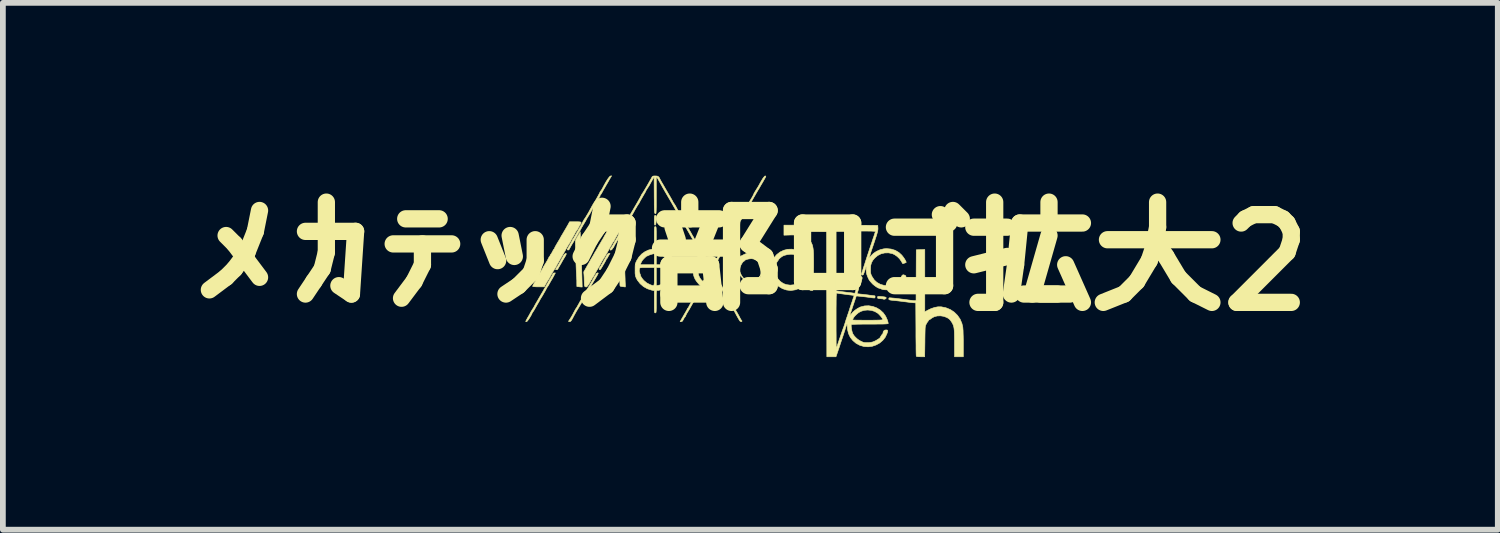
<source format=kicad_pcb>
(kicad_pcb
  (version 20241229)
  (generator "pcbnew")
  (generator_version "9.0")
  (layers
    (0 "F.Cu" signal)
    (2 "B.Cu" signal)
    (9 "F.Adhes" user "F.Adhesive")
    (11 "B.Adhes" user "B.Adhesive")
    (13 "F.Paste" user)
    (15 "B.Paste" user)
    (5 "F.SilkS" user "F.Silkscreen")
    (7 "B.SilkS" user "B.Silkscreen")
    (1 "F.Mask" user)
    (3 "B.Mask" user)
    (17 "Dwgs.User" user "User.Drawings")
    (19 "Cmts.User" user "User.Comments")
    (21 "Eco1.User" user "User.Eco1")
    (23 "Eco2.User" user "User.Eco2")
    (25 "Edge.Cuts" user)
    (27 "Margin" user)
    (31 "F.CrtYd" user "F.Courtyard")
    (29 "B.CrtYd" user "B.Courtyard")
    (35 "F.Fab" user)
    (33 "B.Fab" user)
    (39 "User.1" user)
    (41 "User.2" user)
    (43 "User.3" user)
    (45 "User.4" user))
  (footprint "メカテック部ロゴ拡大2"
    (layer "F.Cu")
    (at 9.986 1.514)
    (property "Reference" "メカテック部ロゴ拡大2" (at 0 0 0) (layer "F.SilkS") (effects (font (size 1.524 1.524) (thickness 0.3))))
    (attr through_hole)
    (fp_poly (pts (xy -2.67 -0.395) (xy -2.669 -0.385) (xy -2.67 -0.384) (xy -2.675 -0.385) (xy -2.675 -0.389) (xy -2.672 -0.396) (xy -2.67 -0.395)) (stroke (width 0.01) (type solid)) (fill yes) (layer "F.SilkS"))
    (fp_poly (pts (xy -0.071 0.3) (xy -0.052 0.306) (xy -0.037 0.31) (xy -0.022 0.317) (xy -0.017 0.323) (xy -0.019 0.328) (xy -0.026 0.329) (xy -0.044 0.324) (xy -0.057 0.32) (xy -0.076 0.312) (xy -0.085 0.304) (xy -0.085 0.303) (xy -0.078 0.298) (xy -0.071 0.3)) (stroke (width 0.01) (type solid)) (fill yes) (layer "F.SilkS"))
    (fp_poly (pts (xy -1.643 -0.82) (xy -1.638 -0.815) (xy -1.635 -0.803) (xy -1.635 -0.78) (xy -1.636 -0.744) (xy -1.636 -0.739) (xy -1.638 -0.695) (xy -1.643 -0.667) (xy -1.649 -0.654) (xy -1.659 -0.654) (xy -1.662 -0.657) (xy -1.665 -0.668) (xy -1.667 -0.691) (xy -1.668 -0.723) (xy -1.668 -0.742) (xy -1.668 -0.779) (xy -1.666 -0.802) (xy -1.664 -0.815) (xy -1.658 -0.82) (xy -1.651 -0.821) (xy -1.643 -0.82)) (stroke (width 0.01) (type solid)) (fill yes) (layer "F.SilkS"))
    (fp_poly (pts (xy 1.936 0.247) (xy 1.942 0.256) (xy 1.943 0.268) (xy 1.939 0.287) (xy 1.93 0.314) (xy 1.918 0.349) (xy 1.909 0.37) (xy 1.902 0.381) (xy 1.894 0.384) (xy 1.886 0.383) (xy 1.876 0.379) (xy 1.872 0.372) (xy 1.875 0.358) (xy 1.883 0.332) (xy 1.888 0.32) (xy 1.898 0.292) (xy 1.904 0.27) (xy 1.905 0.261) (xy 1.911 0.244) (xy 1.924 0.24) (xy 1.936 0.247)) (stroke (width 0.01) (type solid)) (fill yes) (layer "F.SilkS"))
    (fp_poly (pts (xy 2.251 0.586) (xy 2.272 0.588) (xy 2.314 0.592) (xy 2.341 0.596) (xy 2.355 0.602) (xy 2.361 0.611) (xy 2.36 0.617) (xy 2.351 0.627) (xy 2.334 0.634) (xy 2.317 0.635) (xy 2.311 0.632) (xy 2.301 0.629) (xy 2.279 0.627) (xy 2.258 0.625) (xy 2.231 0.623) (xy 2.216 0.619) (xy 2.211 0.612) (xy 2.21 0.603) (xy 2.211 0.593) (xy 2.215 0.587) (xy 2.228 0.585) (xy 2.251 0.586)) (stroke (width 0.01) (type solid)) (fill yes) (layer "F.SilkS"))
    (fp_poly (pts (xy -2.459 -0.127) (xy -2.472 -0.105) (xy -2.48 -0.089) (xy -2.481 -0.085) (xy -2.487 -0.076) (xy -2.489 -0.076) (xy -2.497 -0.069) (xy -2.503 -0.057) (xy -2.509 -0.043) (xy -2.522 -0.019) (xy -2.539 0.011) (xy -2.558 0.043) (xy -2.576 0.074) (xy -2.592 0.1) (xy -2.604 0.116) (xy -2.606 0.12) (xy -2.618 0.122) (xy -2.622 0.121) (xy -2.628 0.111) (xy -2.623 0.094) (xy -2.612 0.076) (xy -2.602 0.063) (xy -2.588 0.039) (xy -2.573 0.013) (xy -2.555 -0.02) (xy -2.537 -0.052) (xy -2.526 -0.072) (xy -2.51 -0.1) (xy -2.495 -0.128) (xy -2.492 -0.133) (xy -2.476 -0.155) (xy -2.458 -0.161) (xy -2.438 -0.161) (xy -2.459 -0.127)) (stroke (width 0.01) (type solid)) (fill yes) (layer "F.SilkS"))
    (fp_poly (pts (xy -3.199 -0.159) (xy -3.197 -0.154) (xy -3.201 -0.141) (xy -3.212 -0.119) (xy -3.231 -0.086) (xy -3.239 -0.074) (xy -3.257 -0.043) (xy -3.273 -0.015) (xy -3.284 0.005) (xy -3.285 0.007) (xy -3.295 0.024) (xy -3.309 0.048) (xy -3.324 0.073) (xy -3.337 0.096) (xy -3.346 0.112) (xy -3.349 0.117) (xy -3.357 0.12) (xy -3.368 0.122) (xy -3.381 0.122) (xy -3.381 0.112) (xy -3.381 0.112) (xy -3.371 0.092) (xy -3.365 0.085) (xy -3.355 0.07) (xy -3.342 0.047) (xy -3.332 0.03) (xy -3.313 -0.004) (xy -3.293 -0.04) (xy -3.285 -0.055) (xy -3.269 -0.082) (xy -3.257 -0.104) (xy -3.252 -0.114) (xy -3.233 -0.143) (xy -3.215 -0.159) (xy -3.206 -0.161) (xy -3.199 -0.159)) (stroke (width 0.01) (type solid)) (fill yes) (layer "F.SilkS"))
    (fp_poly (pts (xy -2.208 -0.531) (xy -2.205 -0.512) (xy -2.203 -0.484) (xy -2.203 -0.48) (xy -2.202 -0.453) (xy -2.201 -0.413) (xy -2.199 -0.363) (xy -2.196 -0.307) (xy -2.194 -0.247) (xy -2.193 -0.224) (xy -2.19 -0.152) (xy -2.187 -0.07) (xy -2.184 0.014) (xy -2.182 0.095) (xy -2.18 0.161) (xy -2.178 0.218) (xy -2.176 0.272) (xy -2.175 0.319) (xy -2.173 0.357) (xy -2.172 0.382) (xy -2.171 0.387) (xy -2.171 0.409) (xy -2.173 0.421) (xy -2.174 0.422) (xy -2.185 0.42) (xy -2.208 0.417) (xy -2.223 0.416) (xy -2.248 0.412) (xy -2.26 0.407) (xy -2.265 0.396) (xy -2.266 0.381) (xy -2.266 0.362) (xy -2.268 0.33) (xy -2.269 0.289) (xy -2.271 0.243) (xy -2.272 0.233) (xy -2.276 0.138) (xy -2.28 0.03) (xy -2.285 -0.091) (xy -2.289 -0.222) (xy -2.29 -0.265) (xy -2.294 -0.382) (xy -2.256 -0.45) (xy -2.24 -0.481) (xy -2.227 -0.506) (xy -2.219 -0.522) (xy -2.218 -0.525) (xy -2.212 -0.536) (xy -2.212 -0.537) (xy -2.208 -0.531)) (stroke (width 0.01) (type solid)) (fill yes) (layer "F.SilkS"))
    (fp_poly (pts (xy -2.955 -0.516) (xy -2.954 -0.498) (xy -2.953 -0.468) (xy -2.951 -0.434) (xy -2.951 -0.432) (xy -2.948 -0.382) (xy -2.946 -0.332) (xy -2.943 -0.281) (xy -2.941 -0.225) (xy -2.939 -0.163) (xy -2.936 -0.094) (xy -2.934 -0.015) (xy -2.931 0.075) (xy -2.928 0.178) (xy -2.925 0.282) (xy -2.921 0.423) (xy -2.94 0.422) (xy -2.962 0.42) (xy -2.987 0.417) (xy -3.014 0.414) (xy -3.015 0.344) (xy -3.015 0.308) (xy -3.017 0.276) (xy -3.018 0.253) (xy -3.018 0.25) (xy -3.02 0.233) (xy -3.021 0.202) (xy -3.023 0.162) (xy -3.025 0.116) (xy -3.026 0.089) (xy -3.03 -0.012) (xy -3.033 -0.098) (xy -3.035 -0.169) (xy -3.037 -0.227) (xy -3.038 -0.274) (xy -3.039 -0.312) (xy -3.039 -0.34) (xy -3.039 -0.361) (xy -3.038 -0.377) (xy -3.037 -0.387) (xy -3.035 -0.395) (xy -3.032 -0.401) (xy -3.029 -0.407) (xy -3.026 -0.413) (xy -3.011 -0.44) (xy -2.995 -0.467) (xy -2.993 -0.47) (xy -2.978 -0.494) (xy -2.966 -0.516) (xy -2.966 -0.516) (xy -2.956 -0.538) (xy -2.955 -0.516)) (stroke (width 0.01) (type solid)) (fill yes) (layer "F.SilkS"))
    (fp_poly (pts (xy -2.642 0.182) (xy -2.646 0.191) (xy -2.656 0.212) (xy -2.672 0.24) (xy -2.69 0.271) (xy -2.708 0.302) (xy -2.725 0.329) (xy -2.725 0.33) (xy -2.742 0.358) (xy -2.763 0.395) (xy -2.785 0.435) (xy -2.796 0.457) (xy -2.814 0.49) (xy -2.829 0.518) (xy -2.84 0.536) (xy -2.844 0.542) (xy -2.854 0.554) (xy -2.869 0.579) (xy -2.89 0.616) (xy -2.915 0.663) (xy -2.916 0.665) (xy -2.937 0.704) (xy -2.962 0.746) (xy -2.982 0.779) (xy -3.022 0.845) (xy -3.06 0.913) (xy -3.091 0.972) (xy -3.108 1.001) (xy -3.121 1.017) (xy -3.133 1.024) (xy -3.139 1.024) (xy -3.154 1.023) (xy -3.158 1.02) (xy -3.154 1.01) (xy -3.143 0.994) (xy -3.142 0.992) (xy -3.118 0.955) (xy -3.092 0.911) (xy -3.062 0.854) (xy -3.06 0.851) (xy -3.045 0.822) (xy -3.032 0.8) (xy -3.024 0.788) (xy -3.023 0.787) (xy -3.016 0.778) (xy -3.005 0.758) (xy -2.99 0.731) (xy -2.988 0.728) (xy -2.973 0.701) (xy -2.962 0.68) (xy -2.955 0.669) (xy -2.955 0.669) (xy -2.949 0.659) (xy -2.938 0.64) (xy -2.933 0.631) (xy -2.923 0.613) (xy -2.906 0.583) (xy -2.883 0.545) (xy -2.858 0.501) (xy -2.832 0.457) (xy -2.804 0.41) (xy -2.778 0.365) (xy -2.755 0.326) (xy -2.737 0.294) (xy -2.727 0.276) (xy -2.713 0.25) (xy -2.701 0.23) (xy -2.695 0.223) (xy -2.684 0.205) (xy -2.68 0.195) (xy -2.671 0.185) (xy -2.658 0.178) (xy -2.646 0.177) (xy -2.642 0.182)) (stroke (width 0.01) (type solid)) (fill yes) (layer "F.SilkS"))
    (fp_poly (pts (xy -3.417 0.235) (xy -3.433 0.264) (xy -3.446 0.287) (xy -3.454 0.3) (xy -3.455 0.301) (xy -3.462 0.312) (xy -3.474 0.334) (xy -3.489 0.36) (xy -3.503 0.386) (xy -3.515 0.406) (xy -3.522 0.415) (xy -3.529 0.425) (xy -3.537 0.44) (xy -3.547 0.459) (xy -3.561 0.486) (xy -3.574 0.508) (xy -3.59 0.535) (xy -3.603 0.559) (xy -3.61 0.571) (xy -3.621 0.589) (xy -3.636 0.613) (xy -3.643 0.624) (xy -3.656 0.646) (xy -3.665 0.661) (xy -3.666 0.665) (xy -3.67 0.674) (xy -3.681 0.692) (xy -3.686 0.701) (xy -3.7 0.724) (xy -3.718 0.756) (xy -3.737 0.789) (xy -3.738 0.792) (xy -3.754 0.82) (xy -3.768 0.842) (xy -3.776 0.854) (xy -3.777 0.855) (xy -3.785 0.866) (xy -3.791 0.877) (xy -3.803 0.904) (xy -3.82 0.934) (xy -3.839 0.965) (xy -3.858 0.993) (xy -3.874 1.014) (xy -3.886 1.024) (xy -3.888 1.024) (xy -3.901 1.023) (xy -3.903 1.022) (xy -3.899 1.012) (xy -3.888 0.991) (xy -3.872 0.961) (xy -3.857 0.936) (xy -3.841 0.908) (xy -3.823 0.875) (xy -3.815 0.859) (xy -3.8 0.834) (xy -3.787 0.813) (xy -3.781 0.804) (xy -3.77 0.787) (xy -3.76 0.77) (xy -3.749 0.749) (xy -3.731 0.716) (xy -3.705 0.672) (xy -3.672 0.615) (xy -3.645 0.568) (xy -3.623 0.53) (xy -3.602 0.495) (xy -3.586 0.466) (xy -3.576 0.45) (xy -3.56 0.421) (xy -3.543 0.391) (xy -3.541 0.387) (xy -3.524 0.358) (xy -3.506 0.327) (xy -3.504 0.324) (xy -3.49 0.299) (xy -3.472 0.268) (xy -3.458 0.244) (xy -3.443 0.219) (xy -3.433 0.198) (xy -3.429 0.187) (xy -3.422 0.18) (xy -3.408 0.178) (xy -3.387 0.178) (xy -3.417 0.235)) (stroke (width 0.01) (type solid)) (fill yes) (layer "F.SilkS"))
    (fp_poly (pts (xy -2.249 -0.711) (xy -2.216 -0.71) (xy -2.193 -0.709) (xy -2.184 -0.707) (xy -2.184 -0.707) (xy -2.189 -0.697) (xy -2.2 -0.675) (xy -2.219 -0.642) (xy -2.243 -0.599) (xy -2.272 -0.549) (xy -2.305 -0.492) (xy -2.313 -0.479) (xy -2.332 -0.446) (xy -2.348 -0.417) (xy -2.359 -0.397) (xy -2.362 -0.389) (xy -2.367 -0.378) (xy -2.373 -0.371) (xy -2.384 -0.357) (xy -2.398 -0.335) (xy -2.401 -0.33) (xy -2.416 -0.301) (xy -2.436 -0.267) (xy -2.457 -0.229) (xy -2.477 -0.192) (xy -2.496 -0.16) (xy -2.51 -0.135) (xy -2.517 -0.123) (xy -2.541 -0.084) (xy -2.559 -0.055) (xy -2.573 -0.031) (xy -2.585 -0.009) (xy -2.599 0.016) (xy -2.613 0.042) (xy -2.629 0.071) (xy -2.645 0.097) (xy -2.65 0.106) (xy -2.669 0.137) (xy -2.692 0.179) (xy -2.714 0.22) (xy -2.727 0.242) (xy -2.739 0.259) (xy -2.741 0.261) (xy -2.75 0.277) (xy -2.752 0.284) (xy -2.756 0.295) (xy -2.76 0.296) (xy -2.768 0.303) (xy -2.773 0.315) (xy -2.782 0.334) (xy -2.796 0.358) (xy -2.813 0.384) (xy -2.829 0.405) (xy -2.84 0.417) (xy -2.85 0.422) (xy -2.862 0.42) (xy -2.871 0.416) (xy -2.877 0.411) (xy -2.881 0.4) (xy -2.884 0.379) (xy -2.885 0.347) (xy -2.886 0.305) (xy -2.887 0.262) (xy -2.889 0.225) (xy -2.891 0.196) (xy -2.893 0.18) (xy -2.893 0.18) (xy -2.893 0.16) (xy -2.889 0.15) (xy -2.881 0.137) (xy -2.868 0.115) (xy -2.856 0.093) (xy -2.838 0.061) (xy -2.816 0.023) (xy -2.798 -0.008) (xy -2.78 -0.041) (xy -2.762 -0.072) (xy -2.748 -0.095) (xy -2.725 -0.135) (xy -2.7 -0.18) (xy -2.672 -0.226) (xy -2.645 -0.272) (xy -2.621 -0.315) (xy -2.599 -0.351) (xy -2.583 -0.379) (xy -2.573 -0.395) (xy -2.572 -0.396) (xy -2.559 -0.419) (xy -2.549 -0.436) (xy -2.542 -0.45) (xy -2.528 -0.475) (xy -2.509 -0.507) (xy -2.49 -0.54) (xy -2.47 -0.574) (xy -2.453 -0.602) (xy -2.442 -0.622) (xy -2.438 -0.63) (xy -2.434 -0.639) (xy -2.424 -0.658) (xy -2.415 -0.673) (xy -2.392 -0.711) (xy -2.288 -0.711) (xy -2.249 -0.711)) (stroke (width 0.01) (type solid)) (fill yes) (layer "F.SilkS"))
    (fp_poly (pts (xy 3.031 0.854) (xy 3.08 0.827) (xy 3.14 0.798) (xy 3.203 0.777) (xy 3.262 0.766) (xy 3.314 0.766) (xy 3.398 0.783) (xy 3.474 0.814) (xy 3.541 0.858) (xy 3.598 0.914) (xy 3.644 0.98) (xy 3.676 1.056) (xy 3.691 1.118) (xy 3.693 1.142) (xy 3.696 1.179) (xy 3.697 1.228) (xy 3.699 1.285) (xy 3.7 1.347) (xy 3.7 1.404) (xy 3.7 1.634) (xy 3.548 1.634) (xy 3.547 1.412) (xy 3.547 1.331) (xy 3.546 1.264) (xy 3.545 1.211) (xy 3.542 1.168) (xy 3.538 1.133) (xy 3.532 1.105) (xy 3.524 1.081) (xy 3.514 1.059) (xy 3.502 1.038) (xy 3.498 1.032) (xy 3.476 1) (xy 3.455 0.978) (xy 3.428 0.96) (xy 3.414 0.952) (xy 3.361 0.932) (xy 3.305 0.923) (xy 3.248 0.925) (xy 3.196 0.938) (xy 3.152 0.962) (xy 3.141 0.971) (xy 3.123 0.984) (xy 3.11 0.991) (xy 3.109 0.991) (xy 3.099 0.996) (xy 3.099 0.998) (xy 3.093 1.01) (xy 3.087 1.018) (xy 3.076 1.032) (xy 3.062 1.055) (xy 3.056 1.067) (xy 3.05 1.078) (xy 3.046 1.089) (xy 3.042 1.102) (xy 3.039 1.12) (xy 3.037 1.143) (xy 3.036 1.174) (xy 3.035 1.215) (xy 3.034 1.269) (xy 3.033 1.336) (xy 3.033 1.369) (xy 3.029 1.634) (xy 2.958 1.634) (xy 2.918 1.633) (xy 2.893 1.63) (xy 2.883 1.624) (xy 2.883 1.623) (xy 2.882 1.613) (xy 2.881 1.588) (xy 2.88 1.548) (xy 2.879 1.497) (xy 2.879 1.435) (xy 2.878 1.364) (xy 2.877 1.285) (xy 2.877 1.201) (xy 2.877 1.156) (xy 2.874 0.698) (xy 2.836 0.696) (xy 2.814 0.694) (xy 2.779 0.691) (xy 2.736 0.685) (xy 2.689 0.679) (xy 2.675 0.678) (xy 2.626 0.671) (xy 2.576 0.665) (xy 2.532 0.66) (xy 2.498 0.657) (xy 2.493 0.656) (xy 2.453 0.652) (xy 2.427 0.648) (xy 2.413 0.643) (xy 2.406 0.635) (xy 2.405 0.626) (xy 2.411 0.612) (xy 2.419 0.61) (xy 2.438 0.611) (xy 2.471 0.614) (xy 2.514 0.618) (xy 2.565 0.624) (xy 2.62 0.631) (xy 2.677 0.638) (xy 2.72 0.644) (xy 2.764 0.65) (xy 2.804 0.655) (xy 2.835 0.659) (xy 2.855 0.66) (xy 2.857 0.66) (xy 2.879 0.66) (xy 2.883 -0.224) (xy 2.957 -0.227) (xy 3.031 -0.229) (xy 3.031 0.854)) (stroke (width 0.01) (type solid)) (fill yes) (layer "F.SilkS"))
    (fp_poly (pts (xy -2.43 -1.476) (xy -2.448 -1.446) (xy -2.465 -1.415) (xy -2.468 -1.41) (xy -2.483 -1.384) (xy -2.502 -1.352) (xy -2.517 -1.325) (xy -2.537 -1.291) (xy -2.558 -1.255) (xy -2.57 -1.232) (xy -2.585 -1.205) (xy -2.599 -1.183) (xy -2.606 -1.175) (xy -2.613 -1.164) (xy -2.612 -1.16) (xy -2.611 -1.155) (xy -2.618 -1.145) (xy -2.626 -1.134) (xy -2.64 -1.111) (xy -2.659 -1.08) (xy -2.68 -1.043) (xy -2.703 -1.003) (xy -2.725 -0.964) (xy -2.745 -0.929) (xy -2.761 -0.901) (xy -2.77 -0.882) (xy -2.771 -0.881) (xy -2.778 -0.867) (xy -2.792 -0.845) (xy -2.809 -0.817) (xy -2.811 -0.814) (xy -2.827 -0.788) (xy -2.839 -0.768) (xy -2.845 -0.758) (xy -2.845 -0.757) (xy -2.849 -0.749) (xy -2.861 -0.727) (xy -2.88 -0.695) (xy -2.905 -0.654) (xy -2.918 -0.631) (xy -2.93 -0.611) (xy -2.942 -0.588) (xy -2.956 -0.562) (xy -2.971 -0.538) (xy -2.987 -0.512) (xy -3.002 -0.484) (xy -3.003 -0.483) (xy -3.013 -0.465) (xy -3.029 -0.436) (xy -3.05 -0.4) (xy -3.074 -0.359) (xy -3.084 -0.343) (xy -3.107 -0.305) (xy -3.126 -0.271) (xy -3.141 -0.245) (xy -3.149 -0.23) (xy -3.15 -0.227) (xy -3.157 -0.222) (xy -3.167 -0.22) (xy -3.18 -0.224) (xy -3.18 -0.233) (xy -3.174 -0.246) (xy -3.161 -0.269) (xy -3.144 -0.299) (xy -3.133 -0.318) (xy -3.115 -0.349) (xy -3.1 -0.375) (xy -3.092 -0.393) (xy -3.09 -0.397) (xy -3.085 -0.408) (xy -3.084 -0.408) (xy -3.077 -0.416) (xy -3.065 -0.435) (xy -3.053 -0.457) (xy -3.035 -0.489) (xy -3.013 -0.527) (xy -2.994 -0.559) (xy -2.974 -0.593) (xy -2.951 -0.634) (xy -2.928 -0.676) (xy -2.923 -0.686) (xy -2.906 -0.717) (xy -2.892 -0.743) (xy -2.882 -0.759) (xy -2.879 -0.762) (xy -2.873 -0.771) (xy -2.859 -0.792) (xy -2.842 -0.821) (xy -2.822 -0.854) (xy -2.802 -0.889) (xy -2.784 -0.923) (xy -2.777 -0.935) (xy -2.748 -0.989) (xy -2.725 -1.029) (xy -2.709 -1.054) (xy -2.706 -1.058) (xy -2.696 -1.072) (xy -2.682 -1.096) (xy -2.665 -1.126) (xy -2.647 -1.158) (xy -2.63 -1.189) (xy -2.617 -1.215) (xy -2.609 -1.232) (xy -2.608 -1.236) (xy -2.602 -1.244) (xy -2.601 -1.245) (xy -2.593 -1.252) (xy -2.582 -1.27) (xy -2.571 -1.289) (xy -2.537 -1.353) (xy -2.506 -1.408) (xy -2.478 -1.452) (xy -2.455 -1.483) (xy -2.438 -1.502) (xy -2.43 -1.506) (xy -2.41 -1.509) (xy -2.43 -1.476)) (stroke (width 0.01) (type solid)) (fill yes) (layer "F.SilkS"))
    (fp_poly (pts (xy -2.994 -0.711) (xy -2.963 -0.709) (xy -2.946 -0.705) (xy -2.94 -0.697) (xy -2.943 -0.684) (xy -2.954 -0.664) (xy -2.959 -0.656) (xy -2.974 -0.631) (xy -2.986 -0.608) (xy -2.988 -0.603) (xy -2.999 -0.583) (xy -3.015 -0.56) (xy -3.018 -0.555) (xy -3.032 -0.537) (xy -3.039 -0.525) (xy -3.04 -0.523) (xy -3.044 -0.514) (xy -3.054 -0.494) (xy -3.07 -0.465) (xy -3.082 -0.445) (xy -3.1 -0.413) (xy -3.114 -0.388) (xy -3.122 -0.371) (xy -3.124 -0.367) (xy -3.129 -0.358) (xy -3.14 -0.341) (xy -3.142 -0.338) (xy -3.153 -0.321) (xy -3.17 -0.293) (xy -3.19 -0.258) (xy -3.208 -0.226) (xy -3.235 -0.179) (xy -3.263 -0.13) (xy -3.29 -0.083) (xy -3.314 -0.041) (xy -3.333 -0.007) (xy -3.347 0.016) (xy -3.35 0.021) (xy -3.362 0.043) (xy -3.369 0.058) (xy -3.379 0.077) (xy -3.395 0.101) (xy -3.402 0.113) (xy -3.419 0.139) (xy -3.439 0.172) (xy -3.457 0.205) (xy -3.479 0.245) (xy -3.494 0.272) (xy -3.504 0.29) (xy -3.51 0.3) (xy -3.514 0.305) (xy -3.514 0.305) (xy -3.521 0.314) (xy -3.533 0.334) (xy -3.548 0.36) (xy -3.55 0.364) (xy -3.581 0.419) (xy -3.679 0.419) (xy -3.718 0.419) (xy -3.751 0.417) (xy -3.773 0.415) (xy -3.782 0.413) (xy -3.78 0.403) (xy -3.771 0.382) (xy -3.756 0.355) (xy -3.752 0.349) (xy -3.734 0.318) (xy -3.718 0.29) (xy -3.708 0.27) (xy -3.708 0.269) (xy -3.698 0.252) (xy -3.69 0.246) (xy -3.683 0.239) (xy -3.683 0.237) (xy -3.679 0.226) (xy -3.668 0.204) (xy -3.652 0.175) (xy -3.641 0.156) (xy -3.623 0.125) (xy -3.608 0.1) (xy -3.6 0.084) (xy -3.598 0.08) (xy -3.594 0.071) (xy -3.583 0.053) (xy -3.575 0.04) (xy -3.547 -0.005) (xy -3.522 -0.048) (xy -3.504 -0.084) (xy -3.503 -0.087) (xy -3.494 -0.103) (xy -3.486 -0.11) (xy -3.48 -0.117) (xy -3.48 -0.122) (xy -3.474 -0.137) (xy -3.469 -0.142) (xy -3.459 -0.155) (xy -3.446 -0.177) (xy -3.437 -0.194) (xy -3.425 -0.217) (xy -3.415 -0.233) (xy -3.41 -0.237) (xy -3.404 -0.244) (xy -3.404 -0.248) (xy -3.399 -0.259) (xy -3.388 -0.282) (xy -3.371 -0.311) (xy -3.355 -0.339) (xy -3.334 -0.374) (xy -3.315 -0.405) (xy -3.302 -0.429) (xy -3.296 -0.44) (xy -3.285 -0.461) (xy -3.277 -0.474) (xy -3.264 -0.495) (xy -3.246 -0.526) (xy -3.225 -0.562) (xy -3.203 -0.599) (xy -3.183 -0.634) (xy -3.166 -0.663) (xy -3.156 -0.682) (xy -3.155 -0.684) (xy -3.141 -0.711) (xy -3.039 -0.711) (xy -2.994 -0.711)) (stroke (width 0.01) (type solid)) (fill yes) (layer "F.SilkS"))
    (fp_poly (pts (xy -1.646 -0.626) (xy -1.641 -0.623) (xy -1.638 -0.615) (xy -1.636 -0.601) (xy -1.635 -0.577) (xy -1.634 -0.544) (xy -1.634 -0.497) (xy -1.634 -0.436) (xy -1.634 -0.239) (xy -1.586 -0.233) (xy -1.52 -0.217) (xy -1.458 -0.185) (xy -1.403 -0.142) (xy -1.356 -0.088) (xy -1.319 -0.025) (xy -1.296 0.043) (xy -1.293 0.057) (xy -1.287 0.085) (xy -1.634 0.085) (xy -1.634 0.399) (xy -1.598 0.393) (xy -1.565 0.385) (xy -1.53 0.37) (xy -1.497 0.352) (xy -1.468 0.333) (xy -1.447 0.315) (xy -1.439 0.299) (xy -1.439 0.299) (xy -1.433 0.286) (xy -1.429 0.282) (xy -1.417 0.268) (xy -1.402 0.242) (xy -1.386 0.206) (xy -1.38 0.188) (xy -1.372 0.172) (xy -1.362 0.164) (xy -1.344 0.161) (xy -1.329 0.161) (xy -1.288 0.161) (xy -1.299 0.207) (xy -1.323 0.276) (xy -1.362 0.339) (xy -1.412 0.393) (xy -1.461 0.428) (xy -1.483 0.44) (xy -1.513 0.453) (xy -1.544 0.465) (xy -1.572 0.475) (xy -1.592 0.481) (xy -1.599 0.481) (xy -1.61 0.48) (xy -1.618 0.481) (xy -1.625 0.485) (xy -1.629 0.496) (xy -1.632 0.514) (xy -1.633 0.543) (xy -1.634 0.583) (xy -1.634 0.637) (xy -1.634 0.677) (xy -1.634 0.74) (xy -1.634 0.787) (xy -1.635 0.821) (xy -1.636 0.845) (xy -1.638 0.86) (xy -1.641 0.868) (xy -1.645 0.871) (xy -1.651 0.872) (xy -1.651 0.872) (xy -1.656 0.871) (xy -1.661 0.868) (xy -1.664 0.86) (xy -1.666 0.846) (xy -1.667 0.823) (xy -1.668 0.789) (xy -1.668 0.742) (xy -1.668 0.681) (xy -1.668 0.486) (xy -1.717 0.476) (xy -1.79 0.452) (xy -1.856 0.415) (xy -1.914 0.365) (xy -1.961 0.305) (xy -1.978 0.275) (xy -1.988 0.252) (xy -1.995 0.232) (xy -1.999 0.211) (xy -2.002 0.184) (xy -2.002 0.147) (xy -2.002 0.131) (xy -1.93 0.131) (xy -1.929 0.155) (xy -1.925 0.171) (xy -1.922 0.173) (xy -1.918 0.184) (xy -1.919 0.191) (xy -1.918 0.201) (xy -1.914 0.203) (xy -1.908 0.208) (xy -1.91 0.212) (xy -1.908 0.225) (xy -1.898 0.246) (xy -1.881 0.272) (xy -1.858 0.3) (xy -1.849 0.31) (xy -1.799 0.352) (xy -1.742 0.381) (xy -1.736 0.383) (xy -1.712 0.392) (xy -1.695 0.397) (xy -1.683 0.396) (xy -1.675 0.389) (xy -1.671 0.372) (xy -1.668 0.345) (xy -1.668 0.304) (xy -1.668 0.249) (xy -1.668 0.241) (xy -1.668 0.085) (xy -1.794 0.085) (xy -1.843 0.085) (xy -1.877 0.085) (xy -1.899 0.087) (xy -1.913 0.089) (xy -1.92 0.093) (xy -1.924 0.099) (xy -1.925 0.104) (xy -1.93 0.131) (xy -2.002 0.131) (xy -2.002 0.123) (xy -2.002 0.079) (xy -2.001 0.048) (xy -1.999 0.034) (xy -1.913 0.034) (xy -1.668 0.034) (xy -1.668 -0.059) (xy -1.634 -0.059) (xy -1.634 0.034) (xy -1.511 0.034) (xy -1.468 0.034) (xy -1.431 0.033) (xy -1.404 0.032) (xy -1.39 0.03) (xy -1.389 0.029) (xy -1.394 0.012) (xy -1.407 -0.013) (xy -1.427 -0.041) (xy -1.448 -0.067) (xy -1.463 -0.082) (xy -1.486 -0.101) (xy -1.516 -0.119) (xy -1.549 -0.136) (xy -1.581 -0.149) (xy -1.607 -0.157) (xy -1.624 -0.158) (xy -1.625 -0.157) (xy -1.629 -0.146) (xy -1.632 -0.122) (xy -1.634 -0.086) (xy -1.634 -0.059) (xy -1.668 -0.059) (xy -1.668 -0.158) (xy -1.71 -0.148) (xy -1.738 -0.139) (xy -1.763 -0.13) (xy -1.771 -0.126) (xy -1.787 -0.118) (xy -1.796 -0.116) (xy -1.805 -0.112) (xy -1.821 -0.098) (xy -1.841 -0.079) (xy -1.86 -0.059) (xy -1.876 -0.04) (xy -1.88 -0.034) (xy -1.894 -0.009) (xy -1.903 0.011) (xy -1.913 0.034) (xy -1.999 0.034) (xy -1.998 0.024) (xy -1.992 0.004) (xy -1.983 -0.017) (xy -1.974 -0.036) (xy -1.936 -0.097) (xy -1.888 -0.15) (xy -1.831 -0.191) (xy -1.769 -0.22) (xy -1.714 -0.233) (xy -1.668 -0.239) (xy -1.668 -0.433) (xy -1.668 -0.495) (xy -1.668 -0.542) (xy -1.667 -0.576) (xy -1.666 -0.6) (xy -1.664 -0.615) (xy -1.661 -0.623) (xy -1.657 -0.626) (xy -1.651 -0.627) (xy -1.651 -0.627) (xy -1.646 -0.626)) (stroke (width 0.01) (type solid)) (fill yes) (layer "F.SilkS"))
    (fp_poly (pts (xy -1.619 -1.505) (xy -1.597 -1.495) (xy -1.581 -1.476) (xy -1.575 -1.463) (xy -1.572 -1.456) (xy -1.568 -1.449) (xy -1.563 -1.439) (xy -1.555 -1.425) (xy -1.544 -1.405) (xy -1.528 -1.378) (xy -1.507 -1.342) (xy -1.48 -1.295) (xy -1.445 -1.235) (xy -1.437 -1.221) (xy -1.41 -1.175) (xy -1.386 -1.134) (xy -1.367 -1.1) (xy -1.353 -1.076) (xy -1.347 -1.063) (xy -1.346 -1.062) (xy -1.342 -1.052) (xy -1.33 -1.035) (xy -1.327 -1.03) (xy -1.306 -0.999) (xy -1.282 -0.955) (xy -1.254 -0.901) (xy -1.239 -0.874) (xy -1.224 -0.851) (xy -1.221 -0.846) (xy -1.205 -0.823) (xy -1.192 -0.8) (xy -1.181 -0.777) (xy -1.163 -0.746) (xy -1.143 -0.709) (xy -1.122 -0.673) (xy -1.103 -0.64) (xy -1.088 -0.616) (xy -1.084 -0.609) (xy -1.07 -0.588) (xy -1.055 -0.561) (xy -1.051 -0.554) (xy -1.035 -0.527) (xy -1.017 -0.494) (xy -1.008 -0.478) (xy -0.988 -0.445) (xy -0.968 -0.408) (xy -0.96 -0.394) (xy -0.944 -0.365) (xy -0.924 -0.33) (xy -0.903 -0.294) (xy -0.9 -0.291) (xy -0.884 -0.262) (xy -0.871 -0.24) (xy -0.864 -0.227) (xy -0.864 -0.225) (xy -0.871 -0.221) (xy -0.878 -0.22) (xy -0.886 -0.223) (xy -0.896 -0.232) (xy -0.909 -0.25) (xy -0.927 -0.278) (xy -0.951 -0.319) (xy -0.957 -0.329) (xy -0.967 -0.346) (xy -0.982 -0.373) (xy -1.001 -0.406) (xy -1.011 -0.423) (xy -1.031 -0.458) (xy -1.05 -0.491) (xy -1.065 -0.517) (xy -1.069 -0.525) (xy -1.079 -0.542) (xy -1.096 -0.571) (xy -1.117 -0.608) (xy -1.142 -0.65) (xy -1.163 -0.686) (xy -1.192 -0.736) (xy -1.227 -0.796) (xy -1.264 -0.861) (xy -1.301 -0.924) (xy -1.332 -0.978) (xy -1.362 -1.031) (xy -1.394 -1.086) (xy -1.424 -1.137) (xy -1.45 -1.182) (xy -1.47 -1.216) (xy -1.472 -1.219) (xy -1.493 -1.256) (xy -1.513 -1.291) (xy -1.53 -1.32) (xy -1.537 -1.334) (xy -1.55 -1.357) (xy -1.568 -1.389) (xy -1.588 -1.424) (xy -1.594 -1.435) (xy -1.634 -1.503) (xy -1.634 -1.176) (xy -1.634 -1.093) (xy -1.634 -1.025) (xy -1.634 -0.971) (xy -1.635 -0.93) (xy -1.636 -0.899) (xy -1.637 -0.877) (xy -1.639 -0.864) (xy -1.641 -0.856) (xy -1.644 -0.852) (xy -1.648 -0.852) (xy -1.651 -0.853) (xy -1.655 -0.854) (xy -1.659 -0.858) (xy -1.662 -0.865) (xy -1.664 -0.877) (xy -1.666 -0.896) (xy -1.667 -0.923) (xy -1.668 -0.96) (xy -1.669 -1.009) (xy -1.669 -1.07) (xy -1.67 -1.147) (xy -1.67 -1.176) (xy -1.672 -1.494) (xy -1.706 -1.432) (xy -1.729 -1.391) (xy -1.746 -1.36) (xy -1.758 -1.338) (xy -1.769 -1.321) (xy -1.779 -1.306) (xy -1.789 -1.291) (xy -1.802 -1.27) (xy -1.811 -1.256) (xy -1.812 -1.252) (xy -1.816 -1.243) (xy -1.827 -1.222) (xy -1.844 -1.193) (xy -1.864 -1.158) (xy -1.867 -1.153) (xy -1.888 -1.117) (xy -1.905 -1.087) (xy -1.917 -1.066) (xy -1.922 -1.055) (xy -1.922 -1.055) (xy -1.926 -1.046) (xy -1.937 -1.028) (xy -1.947 -1.014) (xy -1.965 -0.986) (xy -1.985 -0.951) (xy -2 -0.926) (xy -2.026 -0.878) (xy -2.055 -0.827) (xy -2.081 -0.781) (xy -2.092 -0.762) (xy -2.102 -0.745) (xy -2.108 -0.737) (xy -2.115 -0.727) (xy -2.123 -0.711) (xy -2.134 -0.692) (xy -2.149 -0.665) (xy -2.159 -0.648) (xy -2.175 -0.619) (xy -2.19 -0.592) (xy -2.196 -0.58) (xy -2.21 -0.554) (xy -2.224 -0.533) (xy -2.236 -0.515) (xy -2.252 -0.488) (xy -2.269 -0.457) (xy -2.284 -0.428) (xy -2.297 -0.404) (xy -2.307 -0.39) (xy -2.307 -0.389) (xy -2.319 -0.372) (xy -2.323 -0.364) (xy -2.331 -0.349) (xy -2.344 -0.328) (xy -2.345 -0.326) (xy -2.36 -0.301) (xy -2.371 -0.277) (xy -2.38 -0.261) (xy -2.387 -0.254) (xy -2.395 -0.247) (xy -2.399 -0.237) (xy -2.407 -0.227) (xy -2.42 -0.22) (xy -2.433 -0.219) (xy -2.438 -0.225) (xy -2.434 -0.237) (xy -2.425 -0.254) (xy -2.416 -0.268) (xy -2.413 -0.271) (xy -2.406 -0.28) (xy -2.394 -0.299) (xy -2.389 -0.309) (xy -2.372 -0.339) (xy -2.354 -0.371) (xy -2.35 -0.377) (xy -2.337 -0.399) (xy -2.319 -0.431) (xy -2.298 -0.467) (xy -2.285 -0.491) (xy -2.264 -0.529) (xy -2.242 -0.568) (xy -2.222 -0.6) (xy -2.214 -0.614) (xy -2.198 -0.64) (xy -2.186 -0.664) (xy -2.181 -0.675) (xy -2.173 -0.69) (xy -2.167 -0.694) (xy -2.159 -0.701) (xy -2.159 -0.704) (xy -2.155 -0.714) (xy -2.143 -0.736) (xy -2.126 -0.768) (xy -2.103 -0.808) (xy -2.077 -0.852) (xy -2.073 -0.859) (xy -2.039 -0.916) (xy -2.006 -0.973) (xy -1.975 -1.026) (xy -1.947 -1.075) (xy -1.923 -1.117) (xy -1.905 -1.151) (xy -1.893 -1.173) (xy -1.888 -1.184) (xy -1.888 -1.184) (xy -1.883 -1.193) (xy -1.876 -1.202) (xy -1.868 -1.214) (xy -1.853 -1.238) (xy -1.834 -1.269) (xy -1.816 -1.3) (xy -1.793 -1.339) (xy -1.771 -1.377) (xy -1.752 -1.41) (xy -1.743 -1.427) (xy -1.727 -1.454) (xy -1.714 -1.477) (xy -1.709 -1.488) (xy -1.7 -1.499) (xy -1.687 -1.505) (xy -1.664 -1.507) (xy -1.653 -1.507) (xy -1.619 -1.505)) (stroke (width 0.01) (type solid)) (fill yes) (layer "F.SilkS"))
    (fp_poly (pts (xy 0.267 -1.505) (xy 0.269 -1.499) (xy 0.263 -1.484) (xy 0.249 -1.458) (xy 0.247 -1.455) (xy 0.234 -1.432) (xy 0.215 -1.398) (xy 0.192 -1.36) (xy 0.171 -1.324) (xy 0.15 -1.287) (xy 0.131 -1.256) (xy 0.117 -1.232) (xy 0.11 -1.219) (xy 0.11 -1.219) (xy 0.102 -1.207) (xy 0.089 -1.183) (xy 0.071 -1.153) (xy 0.058 -1.13) (xy 0.038 -1.095) (xy 0.019 -1.061) (xy 0.003 -1.035) (xy -0.002 -1.024) (xy -0.014 -1.005) (xy -0.031 -0.975) (xy -0.051 -0.939) (xy -0.069 -0.908) (xy -0.09 -0.871) (xy -0.11 -0.837) (xy -0.126 -0.811) (xy -0.135 -0.797) (xy -0.147 -0.778) (xy -0.152 -0.763) (xy -0.152 -0.762) (xy -0.157 -0.749) (xy -0.169 -0.731) (xy -0.169 -0.73) (xy -0.174 -0.724) (xy -0.177 -0.716) (xy -0.18 -0.706) (xy -0.182 -0.69) (xy -0.184 -0.668) (xy -0.185 -0.637) (xy -0.186 -0.596) (xy -0.186 -0.543) (xy -0.186 -0.477) (xy -0.186 -0.409) (xy -0.186 -0.34) (xy -0.186 -0.277) (xy -0.185 -0.22) (xy -0.183 -0.174) (xy -0.182 -0.139) (xy -0.181 -0.117) (xy -0.179 -0.11) (xy -0.168 -0.114) (xy -0.147 -0.123) (xy -0.12 -0.137) (xy -0.118 -0.138) (xy -0.091 -0.151) (xy -0.068 -0.159) (xy -0.043 -0.163) (xy -0.012 -0.165) (xy 0.012 -0.165) (xy 0.051 -0.164) (xy 0.08 -0.162) (xy 0.103 -0.156) (xy 0.127 -0.146) (xy 0.138 -0.14) (xy 0.19 -0.108) (xy 0.232 -0.067) (xy 0.266 -0.015) (xy 0.273 -0.000221) (xy 0.301 0.055) (xy 0.303 0.251) (xy 0.304 0.316) (xy 0.304 0.366) (xy 0.303 0.403) (xy 0.302 0.428) (xy 0.299 0.443) (xy 0.296 0.45) (xy 0.295 0.45) (xy 0.28 0.452) (xy 0.256 0.451) (xy 0.243 0.451) (xy 0.203 0.447) (xy 0.203 0.323) (xy 0.203 0.275) (xy 0.203 0.242) (xy 0.202 0.222) (xy 0.2 0.212) (xy 0.196 0.212) (xy 0.192 0.218) (xy 0.188 0.224) (xy 0.154 0.265) (xy 0.109 0.298) (xy 0.064 0.318) (xy 0.038 0.326) (xy 0.018 0.329) (xy 0.011 0.327) (xy 0.009 0.319) (xy 0.022 0.313) (xy 0.04 0.311) (xy 0.069 0.305) (xy 0.103 0.29) (xy 0.135 0.268) (xy 0.152 0.251) (xy 0.177 0.218) (xy 0.191 0.186) (xy 0.198 0.148) (xy 0.199 0.127) (xy 0.199 0.093) (xy 0.195 0.068) (xy 0.185 0.044) (xy 0.18 0.034) (xy 0.167 0.013) (xy 0.151 -0.008) (xy 0.136 -0.026) (xy 0.124 -0.037) (xy 0.119 -0.039) (xy 0.119 -0.038) (xy 0.112 -0.039) (xy 0.096 -0.047) (xy 0.089 -0.051) (xy 0.06 -0.063) (xy 0.028 -0.069) (xy 0.023 -0.07) (xy -0.007 -0.068) (xy -0.039 -0.063) (xy -0.068 -0.055) (xy -0.09 -0.045) (xy -0.099 -0.037) (xy -0.109 -0.026) (xy -0.113 -0.025) (xy -0.124 -0.018) (xy -0.138 -0.000336) (xy -0.153 0.024) (xy -0.167 0.05) (xy -0.175 0.074) (xy -0.176 0.076) (xy -0.183 0.117) (xy -0.183 0.149) (xy -0.174 0.179) (xy -0.16 0.208) (xy -0.144 0.235) (xy -0.128 0.258) (xy -0.117 0.269) (xy -0.105 0.282) (xy -0.102 0.29) (xy -0.106 0.291) (xy -0.119 0.283) (xy -0.135 0.268) (xy -0.152 0.249) (xy -0.166 0.231) (xy -0.172 0.22) (xy -0.176 0.215) (xy -0.179 0.218) (xy -0.181 0.232) (xy -0.183 0.258) (xy -0.185 0.298) (xy -0.186 0.326) (xy -0.191 0.453) (xy -0.24 0.453) (xy -0.267 0.452) (xy -0.287 0.448) (xy -0.293 0.444) (xy -0.294 0.435) (xy -0.294 0.409) (xy -0.295 0.37) (xy -0.295 0.319) (xy -0.295 0.257) (xy -0.295 0.186) (xy -0.295 0.107) (xy -0.295 0.022) (xy -0.294 -0.036) (xy -0.294 -0.124) (xy -0.294 -0.206) (xy -0.294 -0.282) (xy -0.294 -0.349) (xy -0.295 -0.406) (xy -0.296 -0.452) (xy -0.297 -0.485) (xy -0.298 -0.504) (xy -0.298 -0.508) (xy -0.305 -0.501) (xy -0.305 -0.499) (xy -0.309 -0.488) (xy -0.32 -0.468) (xy -0.328 -0.455) (xy -0.343 -0.43) (xy -0.356 -0.409) (xy -0.36 -0.402) (xy -0.394 -0.341) (xy -0.424 -0.292) (xy -0.449 -0.254) (xy -0.469 -0.23) (xy -0.482 -0.22) (xy -0.484 -0.22) (xy -0.492 -0.221) (xy -0.494 -0.227) (xy -0.488 -0.24) (xy -0.475 -0.265) (xy -0.455 -0.299) (xy -0.434 -0.336) (xy -0.423 -0.356) (xy -0.404 -0.39) (xy -0.382 -0.426) (xy -0.371 -0.445) (xy -0.344 -0.489) (xy -0.324 -0.523) (xy -0.311 -0.551) (xy -0.303 -0.578) (xy -0.298 -0.607) (xy -0.297 -0.643) (xy -0.296 -0.689) (xy -0.296 -0.821) (xy -0.241 -0.821) (xy -0.212 -0.821) (xy -0.195 -0.819) (xy -0.188 -0.814) (xy -0.186 -0.803) (xy -0.186 -0.798) (xy -0.186 -0.775) (xy -0.169 -0.796) (xy -0.155 -0.817) (xy -0.147 -0.836) (xy -0.141 -0.851) (xy -0.136 -0.855) (xy -0.129 -0.862) (xy -0.121 -0.878) (xy -0.108 -0.903) (xy -0.095 -0.927) (xy -0.085 -0.94) (xy -0.079 -0.949) (xy -0.067 -0.968) (xy -0.06 -0.982) (xy -0.047 -1.006) (xy -0.028 -1.038) (xy -0.006 -1.076) (xy 0.01 -1.102) (xy 0.03 -1.135) (xy 0.046 -1.164) (xy 0.056 -1.184) (xy 0.059 -1.192) (xy 0.064 -1.204) (xy 0.079 -1.23) (xy 0.103 -1.269) (xy 0.133 -1.317) (xy 0.143 -1.334) (xy 0.157 -1.359) (xy 0.166 -1.376) (xy 0.192 -1.422) (xy 0.215 -1.46) (xy 0.236 -1.488) (xy 0.251 -1.504) (xy 0.258 -1.507) (xy 0.267 -1.505)) (stroke (width 0.01) (type solid)) (fill yes) (layer "F.SilkS"))
    (fp_poly (pts (xy -0.63 -0.233) (xy -0.594 -0.23) (xy -0.56 -0.226) (xy -0.532 -0.219) (xy -0.513 -0.213) (xy -0.508 -0.207) (xy -0.512 -0.198) (xy -0.519 -0.186) (xy -0.525 -0.171) (xy -0.519 -0.163) (xy -0.518 -0.162) (xy -0.513 -0.155) (xy -0.515 -0.142) (xy -0.525 -0.119) (xy -0.535 -0.101) (xy -0.55 -0.073) (xy -0.562 -0.05) (xy -0.57 -0.038) (xy -0.57 -0.038) (xy -0.577 -0.028) (xy -0.59 -0.006) (xy -0.608 0.023) (xy -0.621 0.047) (xy -0.648 0.089) (xy -0.67 0.116) (xy -0.687 0.127) (xy -0.7 0.123) (xy -0.707 0.109) (xy -0.714 0.094) (xy -0.727 0.069) (xy -0.745 0.037) (xy -0.757 0.017) (xy -0.777 -0.016) (xy -0.793 -0.044) (xy -0.804 -0.064) (xy -0.807 -0.071) (xy -0.815 -0.083) (xy -0.826 -0.081) (xy -0.842 -0.066) (xy -0.853 -0.053) (xy -0.871 -0.027) (xy -0.885 -0.001) (xy -0.9 0.032) (xy -0.906 0.049) (xy -0.912 0.08) (xy -0.913 0.12) (xy -0.909 0.165) (xy -0.901 0.207) (xy -0.89 0.238) (xy -0.873 0.27) (xy -0.854 0.296) (xy -0.837 0.314) (xy -0.824 0.321) (xy -0.822 0.321) (xy -0.814 0.312) (xy -0.8 0.293) (xy -0.782 0.266) (xy -0.772 0.25) (xy -0.749 0.213) (xy -0.73 0.19) (xy -0.716 0.18) (xy -0.712 0.179) (xy -0.693 0.176) (xy -0.713 0.209) (xy -0.727 0.233) (xy -0.74 0.254) (xy -0.743 0.259) (xy -0.767 0.3) (xy -0.782 0.329) (xy -0.789 0.347) (xy -0.788 0.354) (xy -0.772 0.366) (xy -0.744 0.378) (xy -0.707 0.387) (xy -0.667 0.393) (xy -0.627 0.396) (xy -0.593 0.394) (xy -0.571 0.389) (xy -0.55 0.381) (xy -0.569 0.345) (xy -0.581 0.323) (xy -0.591 0.309) (xy -0.594 0.306) (xy -0.601 0.297) (xy -0.601 0.296) (xy -0.605 0.286) (xy -0.615 0.265) (xy -0.63 0.239) (xy -0.631 0.237) (xy -0.645 0.211) (xy -0.656 0.191) (xy -0.66 0.181) (xy -0.66 0.181) (xy -0.653 0.178) (xy -0.645 0.178) (xy -0.632 0.185) (xy -0.615 0.205) (xy -0.593 0.241) (xy -0.589 0.248) (xy -0.566 0.288) (xy -0.55 0.316) (xy -0.538 0.337) (xy -0.529 0.353) (xy -0.52 0.367) (xy -0.509 0.384) (xy -0.508 0.385) (xy -0.492 0.414) (xy -0.473 0.447) (xy -0.465 0.461) (xy -0.442 0.505) (xy -0.426 0.534) (xy -0.416 0.548) (xy -0.414 0.55) (xy -0.408 0.559) (xy -0.396 0.579) (xy -0.381 0.606) (xy -0.377 0.614) (xy -0.355 0.652) (xy -0.331 0.694) (xy -0.312 0.727) (xy -0.296 0.754) (xy -0.285 0.775) (xy -0.279 0.786) (xy -0.279 0.787) (xy -0.275 0.796) (xy -0.263 0.815) (xy -0.255 0.826) (xy -0.24 0.849) (xy -0.221 0.882) (xy -0.201 0.918) (xy -0.195 0.929) (xy -0.179 0.96) (xy -0.165 0.985) (xy -0.155 1.001) (xy -0.152 1.004) (xy -0.144 1.014) (xy -0.15 1.023) (xy -0.16 1.024) (xy -0.169 1.022) (xy -0.179 1.015) (xy -0.191 0.999) (xy -0.206 0.974) (xy -0.227 0.937) (xy -0.246 0.902) (xy -0.263 0.87) (xy -0.278 0.843) (xy -0.289 0.825) (xy -0.292 0.821) (xy -0.297 0.814) (xy -0.305 0.803) (xy -0.315 0.786) (xy -0.329 0.76) (xy -0.349 0.725) (xy -0.375 0.676) (xy -0.38 0.669) (xy -0.395 0.642) (xy -0.407 0.621) (xy -0.414 0.61) (xy -0.414 0.61) (xy -0.422 0.599) (xy -0.435 0.577) (xy -0.45 0.55) (xy -0.464 0.523) (xy -0.472 0.507) (xy -0.487 0.48) (xy -0.503 0.467) (xy -0.526 0.464) (xy -0.559 0.471) (xy -0.559 0.471) (xy -0.632 0.481) (xy -0.706 0.475) (xy -0.778 0.454) (xy -0.804 0.441) (xy -0.838 0.424) (xy -0.858 0.46) (xy -0.889 0.514) (xy -0.913 0.555) (xy -0.93 0.585) (xy -0.942 0.605) (xy -0.95 0.618) (xy -0.955 0.625) (xy -0.958 0.627) (xy -0.966 0.637) (xy -0.973 0.652) (xy -0.982 0.67) (xy -0.996 0.697) (xy -1.012 0.724) (xy -1.027 0.751) (xy -1.04 0.774) (xy -1.047 0.787) (xy -1.054 0.8) (xy -1.068 0.823) (xy -1.085 0.851) (xy -1.09 0.859) (xy -1.107 0.887) (xy -1.119 0.912) (xy -1.126 0.927) (xy -1.126 0.929) (xy -1.131 0.939) (xy -1.133 0.94) (xy -1.141 0.947) (xy -1.152 0.965) (xy -1.161 0.982) (xy -1.175 1.008) (xy -1.187 1.021) (xy -1.201 1.024) (xy -1.22 1.024) (xy -1.193 0.976) (xy -1.174 0.944) (xy -1.152 0.905) (xy -1.13 0.868) (xy -1.129 0.866) (xy -1.112 0.837) (xy -1.099 0.813) (xy -1.093 0.799) (xy -1.092 0.796) (xy -1.086 0.788) (xy -1.084 0.787) (xy -1.076 0.781) (xy -1.075 0.779) (xy -1.071 0.768) (xy -1.061 0.748) (xy -1.049 0.726) (xy -1.022 0.682) (xy -1.003 0.648) (xy -0.989 0.623) (xy -0.978 0.602) (xy -0.975 0.597) (xy -0.961 0.571) (xy -0.945 0.547) (xy -0.928 0.521) (xy -0.914 0.496) (xy -0.9 0.471) (xy -0.884 0.443) (xy -0.882 0.439) (xy -0.863 0.408) (xy -0.9 0.366) (xy -0.935 0.324) (xy -0.96 0.285) (xy -0.977 0.246) (xy -0.986 0.215) (xy -0.999 0.139) (xy -0.994 0.064) (xy -0.983 0.02) (xy -0.952 -0.052) (xy -0.911 -0.111) (xy -0.783 -0.111) (xy -0.78 -0.102) (xy -0.772 -0.081) (xy -0.758 -0.053) (xy -0.742 -0.021) (xy -0.725 0.013) (xy -0.708 0.043) (xy -0.694 0.067) (xy -0.685 0.082) (xy -0.682 0.085) (xy -0.677 0.078) (xy -0.665 0.06) (xy -0.649 0.035) (xy -0.644 0.027) (xy -0.628 -0.001) (xy -0.616 -0.025) (xy -0.61 -0.039) (xy -0.61 -0.04) (xy -0.603 -0.053) (xy -0.599 -0.057) (xy -0.59 -0.067) (xy -0.577 -0.086) (xy -0.564 -0.108) (xy -0.554 -0.128) (xy -0.55 -0.139) (xy -0.551 -0.141) (xy -0.556 -0.142) (xy -0.567 -0.144) (xy -0.587 -0.145) (xy -0.621 -0.147) (xy -0.639 -0.148) (xy -0.67 -0.148) (xy -0.694 -0.147) (xy -0.707 -0.145) (xy -0.707 -0.145) (xy -0.722 -0.139) (xy -0.724 -0.139) (xy -0.744 -0.133) (xy -0.766 -0.123) (xy -0.78 -0.114) (xy -0.783 -0.111) (xy -0.911 -0.111) (xy -0.91 -0.113) (xy -0.854 -0.162) (xy -0.791 -0.2) (xy -0.752 -0.217) (xy -0.718 -0.227) (xy -0.682 -0.232) (xy -0.663 -0.233) (xy -0.63 -0.233)) (stroke (width 0.01) (type solid)) (fill yes) (layer "F.SilkS"))
    (fp_poly (pts (xy 1.263 -0.654) (xy 1.38 -0.654) (xy 1.497 -0.654) (xy 1.612 -0.653) (xy 1.719 -0.652) (xy 1.774 -0.652) (xy 2.214 -0.648) (xy 2.217 -0.6) (xy 2.217 -0.583) (xy 2.215 -0.565) (xy 2.211 -0.542) (xy 2.203 -0.513) (xy 2.192 -0.475) (xy 2.176 -0.427) (xy 2.156 -0.365) (xy 2.151 -0.351) (xy 2.132 -0.294) (xy 2.114 -0.242) (xy 2.099 -0.197) (xy 2.088 -0.161) (xy 2.08 -0.136) (xy 2.078 -0.127) (xy 2.071 -0.107) (xy 2.064 -0.095) (xy 2.058 -0.084) (xy 2.059 -0.08) (xy 2.066 -0.084) (xy 2.08 -0.098) (xy 2.095 -0.117) (xy 2.138 -0.161) (xy 2.192 -0.197) (xy 2.254 -0.225) (xy 2.319 -0.241) (xy 2.366 -0.245) (xy 2.445 -0.237) (xy 2.517 -0.215) (xy 2.58 -0.178) (xy 2.628 -0.134) (xy 2.647 -0.111) (xy 2.667 -0.084) (xy 2.685 -0.056) (xy 2.699 -0.031) (xy 2.707 -0.013) (xy 2.708 -0.005) (xy 2.696 0.001) (xy 2.677 0.008) (xy 2.659 0.014) (xy 2.648 0.016) (xy 2.647 0.016) (xy 2.642 0.007) (xy 2.631 -0.011) (xy 2.622 -0.027) (xy 2.592 -0.069) (xy 2.552 -0.108) (xy 2.508 -0.139) (xy 2.47 -0.157) (xy 2.403 -0.171) (xy 2.336 -0.17) (xy 2.272 -0.155) (xy 2.213 -0.125) (xy 2.164 -0.084) (xy 2.128 -0.042) (xy 2.105 0.000218) (xy 2.092 0.046) (xy 2.088 0.102) (xy 2.088 0.114) (xy 2.088 0.152) (xy 2.09 0.179) (xy 2.096 0.202) (xy 2.106 0.225) (xy 2.116 0.244) (xy 2.154 0.301) (xy 2.201 0.344) (xy 2.258 0.375) (xy 2.322 0.394) (xy 2.382 0.399) (xy 2.447 0.388) (xy 2.499 0.37) (xy 2.53 0.353) (xy 2.562 0.327) (xy 2.591 0.298) (xy 2.612 0.27) (xy 2.617 0.26) (xy 2.631 0.229) (xy 2.646 0.213) (xy 2.662 0.21) (xy 2.674 0.214) (xy 2.695 0.224) (xy 2.704 0.234) (xy 2.702 0.249) (xy 2.69 0.273) (xy 2.685 0.281) (xy 2.639 0.347) (xy 2.584 0.398) (xy 2.519 0.437) (xy 2.452 0.461) (xy 2.408 0.469) (xy 2.361 0.472) (xy 2.319 0.469) (xy 2.285 0.461) (xy 2.278 0.458) (xy 2.258 0.45) (xy 2.24 0.445) (xy 2.218 0.437) (xy 2.189 0.42) (xy 2.157 0.397) (xy 2.128 0.373) (xy 2.11 0.354) (xy 2.092 0.334) (xy 2.078 0.318) (xy 2.077 0.317) (xy 2.065 0.3) (xy 2.051 0.273) (xy 2.037 0.241) (xy 2.025 0.209) (xy 2.019 0.186) (xy 2.015 0.16) (xy 2.013 0.127) (xy 2.013 0.11) (xy 2.013 0.064) (xy 1.991 0.131) (xy 1.98 0.164) (xy 1.97 0.19) (xy 1.963 0.207) (xy 1.962 0.209) (xy 1.95 0.215) (xy 1.937 0.211) (xy 1.93 0.2) (xy 1.933 0.19) (xy 1.94 0.167) (xy 1.952 0.131) (xy 1.966 0.086) (xy 1.984 0.032) (xy 2.003 -0.028) (xy 2.024 -0.092) (xy 2.046 -0.159) (xy 2.068 -0.226) (xy 2.09 -0.292) (xy 2.111 -0.353) (xy 2.129 -0.41) (xy 2.146 -0.458) (xy 2.159 -0.498) (xy 2.168 -0.525) (xy 2.173 -0.539) (xy 2.172 -0.541) (xy 2.166 -0.544) (xy 2.153 -0.546) (xy 2.131 -0.547) (xy 2.1 -0.549) (xy 2.058 -0.549) (xy 2.004 -0.55) (xy 1.936 -0.55) (xy 1.852 -0.55) (xy 1.834 -0.55) (xy 1.49 -0.55) (xy 1.49 0.488) (xy 1.556 0.498) (xy 1.596 0.504) (xy 1.644 0.51) (xy 1.691 0.516) (xy 1.701 0.517) (xy 1.739 0.521) (xy 1.771 0.525) (xy 1.794 0.529) (xy 1.8 0.53) (xy 1.813 0.531) (xy 1.821 0.521) (xy 1.825 0.507) (xy 1.833 0.478) (xy 1.842 0.45) (xy 1.851 0.432) (xy 1.86 0.428) (xy 1.87 0.431) (xy 1.879 0.437) (xy 1.883 0.444) (xy 1.881 0.458) (xy 1.873 0.482) (xy 1.871 0.488) (xy 1.862 0.514) (xy 1.856 0.532) (xy 1.854 0.538) (xy 1.862 0.54) (xy 1.882 0.542) (xy 1.911 0.545) (xy 1.916 0.546) (xy 1.951 0.549) (xy 1.997 0.555) (xy 2.044 0.56) (xy 2.068 0.564) (xy 2.106 0.568) (xy 2.136 0.572) (xy 2.157 0.575) (xy 2.164 0.576) (xy 2.167 0.582) (xy 2.167 0.597) (xy 2.164 0.609) (xy 2.161 0.612) (xy 2.15 0.613) (xy 2.128 0.611) (xy 2.108 0.609) (xy 2.086 0.605) (xy 2.053 0.601) (xy 2.015 0.596) (xy 1.973 0.591) (xy 1.932 0.587) (xy 1.895 0.583) (xy 1.865 0.58) (xy 1.846 0.578) (xy 1.841 0.579) (xy 1.838 0.587) (xy 1.831 0.608) (xy 1.82 0.641) (xy 1.806 0.682) (xy 1.79 0.73) (xy 1.789 0.732) (xy 1.773 0.781) (xy 1.758 0.825) (xy 1.746 0.861) (xy 1.736 0.887) (xy 1.732 0.9) (xy 1.732 0.9) (xy 1.729 0.912) (xy 1.734 0.913) (xy 1.744 0.904) (xy 1.758 0.886) (xy 1.759 0.885) (xy 1.783 0.857) (xy 1.817 0.827) (xy 1.857 0.799) (xy 1.897 0.777) (xy 1.911 0.77) (xy 1.984 0.751) (xy 2.057 0.748) (xy 2.128 0.76) (xy 2.195 0.785) (xy 2.256 0.822) (xy 2.309 0.871) (xy 2.351 0.93) (xy 2.382 0.999) (xy 2.383 1.004) (xy 2.391 1.03) (xy 2.395 1.05) (xy 2.396 1.056) (xy 2.393 1.059) (xy 2.381 1.061) (xy 2.361 1.063) (xy 2.33 1.065) (xy 2.287 1.066) (xy 2.231 1.066) (xy 2.161 1.067) (xy 2.08 1.067) (xy 1.985 1.067) (xy 1.906 1.068) (xy 1.844 1.069) (xy 1.798 1.071) (xy 1.768 1.073) (xy 1.756 1.075) (xy 1.756 1.076) (xy 1.752 1.088) (xy 1.753 1.113) (xy 1.757 1.144) (xy 1.763 1.178) (xy 1.771 1.209) (xy 1.779 1.232) (xy 1.798 1.263) (xy 1.827 1.296) (xy 1.861 1.327) (xy 1.895 1.351) (xy 1.903 1.355) (xy 1.929 1.368) (xy 1.95 1.378) (xy 1.957 1.381) (xy 1.981 1.387) (xy 2.015 1.389) (xy 2.054 1.388) (xy 2.094 1.384) (xy 2.126 1.377) (xy 2.152 1.367) (xy 2.181 1.353) (xy 2.211 1.335) (xy 2.237 1.318) (xy 2.254 1.303) (xy 2.26 1.293) (xy 2.265 1.282) (xy 2.277 1.264) (xy 2.29 1.245) (xy 2.302 1.232) (xy 2.305 1.229) (xy 2.308 1.221) (xy 2.306 1.218) (xy 2.307 1.206) (xy 2.315 1.189) (xy 2.331 1.173) (xy 2.356 1.168) (xy 2.358 1.168) (xy 2.376 1.17) (xy 2.385 1.176) (xy 2.386 1.189) (xy 2.38 1.214) (xy 2.373 1.233) (xy 2.344 1.295) (xy 2.301 1.349) (xy 2.247 1.395) (xy 2.185 1.429) (xy 2.118 1.452) (xy 2.047 1.461) (xy 1.975 1.456) (xy 1.974 1.456) (xy 1.902 1.435) (xy 1.837 1.4) (xy 1.782 1.353) (xy 1.737 1.297) (xy 1.706 1.232) (xy 1.689 1.162) (xy 1.687 1.141) (xy 1.684 1.102) (xy 1.682 1.078) (xy 1.679 1.068) (xy 1.675 1.07) (xy 1.673 1.076) (xy 1.655 1.133) (xy 1.633 1.202) (xy 1.608 1.278) (xy 1.581 1.357) (xy 1.555 1.436) (xy 1.545 1.467) (xy 1.488 1.634) (xy 1.329 1.634) (xy 1.328 1.008) (xy 1.49 1.008) (xy 1.49 1.097) (xy 1.49 1.18) (xy 1.491 1.257) (xy 1.491 1.325) (xy 1.491 1.383) (xy 1.492 1.43) (xy 1.492 1.465) (xy 1.493 1.485) (xy 1.493 1.489) (xy 1.497 1.481) (xy 1.505 1.458) (xy 1.516 1.425) (xy 1.53 1.384) (xy 1.545 1.338) (xy 1.562 1.289) (xy 1.577 1.244) (xy 1.59 1.206) (xy 1.6 1.178) (xy 1.605 1.164) (xy 1.611 1.147) (xy 1.621 1.121) (xy 1.632 1.09) (xy 1.642 1.059) (xy 1.65 1.033) (xy 1.655 1.018) (xy 1.655 1.016) (xy 1.658 1.007) (xy 1.662 0.995) (xy 1.778 0.995) (xy 1.786 0.996) (xy 1.809 0.997) (xy 1.845 0.998) (xy 1.892 0.998) (xy 1.947 0.999) (xy 2.01 0.999) (xy 2.04 0.999) (xy 2.123 0.999) (xy 2.189 0.998) (xy 2.239 0.997) (xy 2.274 0.995) (xy 2.295 0.993) (xy 2.303 0.99) (xy 2.303 0.99) (xy 2.297 0.974) (xy 2.282 0.952) (xy 2.261 0.925) (xy 2.237 0.899) (xy 2.213 0.877) (xy 2.211 0.876) (xy 2.16 0.846) (xy 2.1 0.828) (xy 2.037 0.822) (xy 1.974 0.828) (xy 1.917 0.847) (xy 1.879 0.869) (xy 1.844 0.898) (xy 1.813 0.929) (xy 1.791 0.959) (xy 1.779 0.986) (xy 1.778 0.995) (xy 1.662 0.995) (xy 1.665 0.985) (xy 1.676 0.953) (xy 1.689 0.916) (xy 1.689 0.914) (xy 1.702 0.876) (xy 1.713 0.843) (xy 1.721 0.82) (xy 1.724 0.809) (xy 1.724 0.809) (xy 1.727 0.798) (xy 1.735 0.774) (xy 1.746 0.741) (xy 1.759 0.701) (xy 1.765 0.686) (xy 1.778 0.645) (xy 1.79 0.61) (xy 1.799 0.585) (xy 1.803 0.572) (xy 1.803 0.57) (xy 1.8 0.569) (xy 1.788 0.567) (xy 1.766 0.564) (xy 1.733 0.56) (xy 1.687 0.554) (xy 1.626 0.546) (xy 1.588 0.541) (xy 1.554 0.537) (xy 1.525 0.532) (xy 1.507 0.529) (xy 1.505 0.528) (xy 1.502 0.528) (xy 1.499 0.53) (xy 1.497 0.536) (xy 1.495 0.547) (xy 1.494 0.565) (xy 1.492 0.59) (xy 1.492 0.624) (xy 1.491 0.668) (xy 1.491 0.723) (xy 1.49 0.791) (xy 1.49 0.873) (xy 1.49 0.97) (xy 1.49 1.008) (xy 1.328 1.008) (xy 1.327 0.544) (xy 1.325 -0.546) (xy 0.817 -0.55) (xy 0.882 -0.514) (xy 0.923 -0.491) (xy 0.953 -0.471) (xy 0.977 -0.451) (xy 0.999 -0.428) (xy 1.017 -0.406) (xy 1.036 -0.382) (xy 1.052 -0.359) (xy 1.065 -0.336) (xy 1.076 -0.311) (xy 1.084 -0.282) (xy 1.09 -0.249) (xy 1.095 -0.208) (xy 1.098 -0.158) (xy 1.099 -0.098) (xy 1.1 -0.026) (xy 1.1 0.06) (xy 1.099 0.135) (xy 1.098 0.221) (xy 1.098 0.291) (xy 1.097 0.347) (xy 1.096 0.39) (xy 1.095 0.423) (xy 1.093 0.447) (xy 1.091 0.463) (xy 1.089 0.473) (xy 1.086 0.478) (xy 1.083 0.481) (xy 1.081 0.481) (xy 1.06 0.481) (xy 1.045 0.479) (xy 1.036 0.476) (xy 1.03 0.471) (xy 1.027 0.46) (xy 1.025 0.442) (xy 1.024 0.411) (xy 1.024 0.374) (xy 1.024 0.332) (xy 1.023 0.305) (xy 1.022 0.291) (xy 1.019 0.287) (xy 1.015 0.292) (xy 1.009 0.301) (xy 0.968 0.358) (xy 0.914 0.407) (xy 0.851 0.446) (xy 0.783 0.471) (xy 0.712 0.482) (xy 0.698 0.483) (xy 0.628 0.474) (xy 0.559 0.451) (xy 0.496 0.414) (xy 0.44 0.365) (xy 0.394 0.306) (xy 0.371 0.264) (xy 0.358 0.236) (xy 0.35 0.212) (xy 0.346 0.187) (xy 0.345 0.155) (xy 0.344 0.138) (xy 0.433 0.138) (xy 0.435 0.17) (xy 0.438 0.196) (xy 0.441 0.211) (xy 0.441 0.212) (xy 0.476 0.276) (xy 0.521 0.326) (xy 0.574 0.362) (xy 0.626 0.381) (xy 0.692 0.39) (xy 0.759 0.383) (xy 0.824 0.361) (xy 0.826 0.361) (xy 0.877 0.328) (xy 0.916 0.285) (xy 0.945 0.234) (xy 0.962 0.178) (xy 0.967 0.12) (xy 0.961 0.062) (xy 0.944 0.007) (xy 0.914 -0.044) (xy 0.873 -0.087) (xy 0.834 -0.113) (xy 0.813 -0.124) (xy 0.799 -0.131) (xy 0.796 -0.132) (xy 0.785 -0.135) (xy 0.779 -0.138) (xy 0.74 -0.146) (xy 0.691 -0.147) (xy 0.64 -0.14) (xy 0.59 -0.127) (xy 0.562 -0.115) (xy 0.544 -0.103) (xy 0.523 -0.087) (xy 0.505 -0.071) (xy 0.493 -0.058) (xy 0.491 -0.054) (xy 0.486 -0.044) (xy 0.475 -0.03) (xy 0.456 0.001) (xy 0.442 0.043) (xy 0.434 0.093) (xy 0.433 0.138) (xy 0.344 0.138) (xy 0.344 0.123) (xy 0.345 0.081) (xy 0.347 0.051) (xy 0.352 0.026) (xy 0.361 0.002) (xy 0.368 -0.012) (xy 0.408 -0.082) (xy 0.458 -0.14) (xy 0.516 -0.185) (xy 0.581 -0.216) (xy 0.65 -0.233) (xy 0.721 -0.235) (xy 0.793 -0.222) (xy 0.865 -0.194) (xy 0.893 -0.177) (xy 0.934 -0.147) (xy 0.971 -0.112) (xy 1.001 -0.076) (xy 1.016 -0.049) (xy 1.019 -0.047) (xy 1.022 -0.058) (xy 1.022 -0.084) (xy 1.022 -0.125) (xy 1.022 -0.148) (xy 1.02 -0.196) (xy 1.018 -0.23) (xy 1.016 -0.255) (xy 1.011 -0.274) (xy 1.004 -0.291) (xy 0.995 -0.31) (xy 0.991 -0.315) (xy 0.95 -0.372) (xy 0.895 -0.422) (xy 0.832 -0.459) (xy 0.808 -0.47) (xy 0.789 -0.477) (xy 0.769 -0.481) (xy 0.744 -0.482) (xy 0.709 -0.482) (xy 0.682 -0.481) (xy 0.584 -0.478) (xy 0.584 -0.652) (xy 0.959 -0.654) (xy 1.049 -0.654) (xy 1.151 -0.654) (xy 1.263 -0.654)) (stroke (width 0.01) (type solid)) (fill yes) (layer "F.SilkS")))
  (gr_rect
    (start -3 -3)
    (end 22.972 6.153)
    (stroke (width 0.1) (type default))
    (fill no)
    (layer "Edge.Cuts")))
</source>
